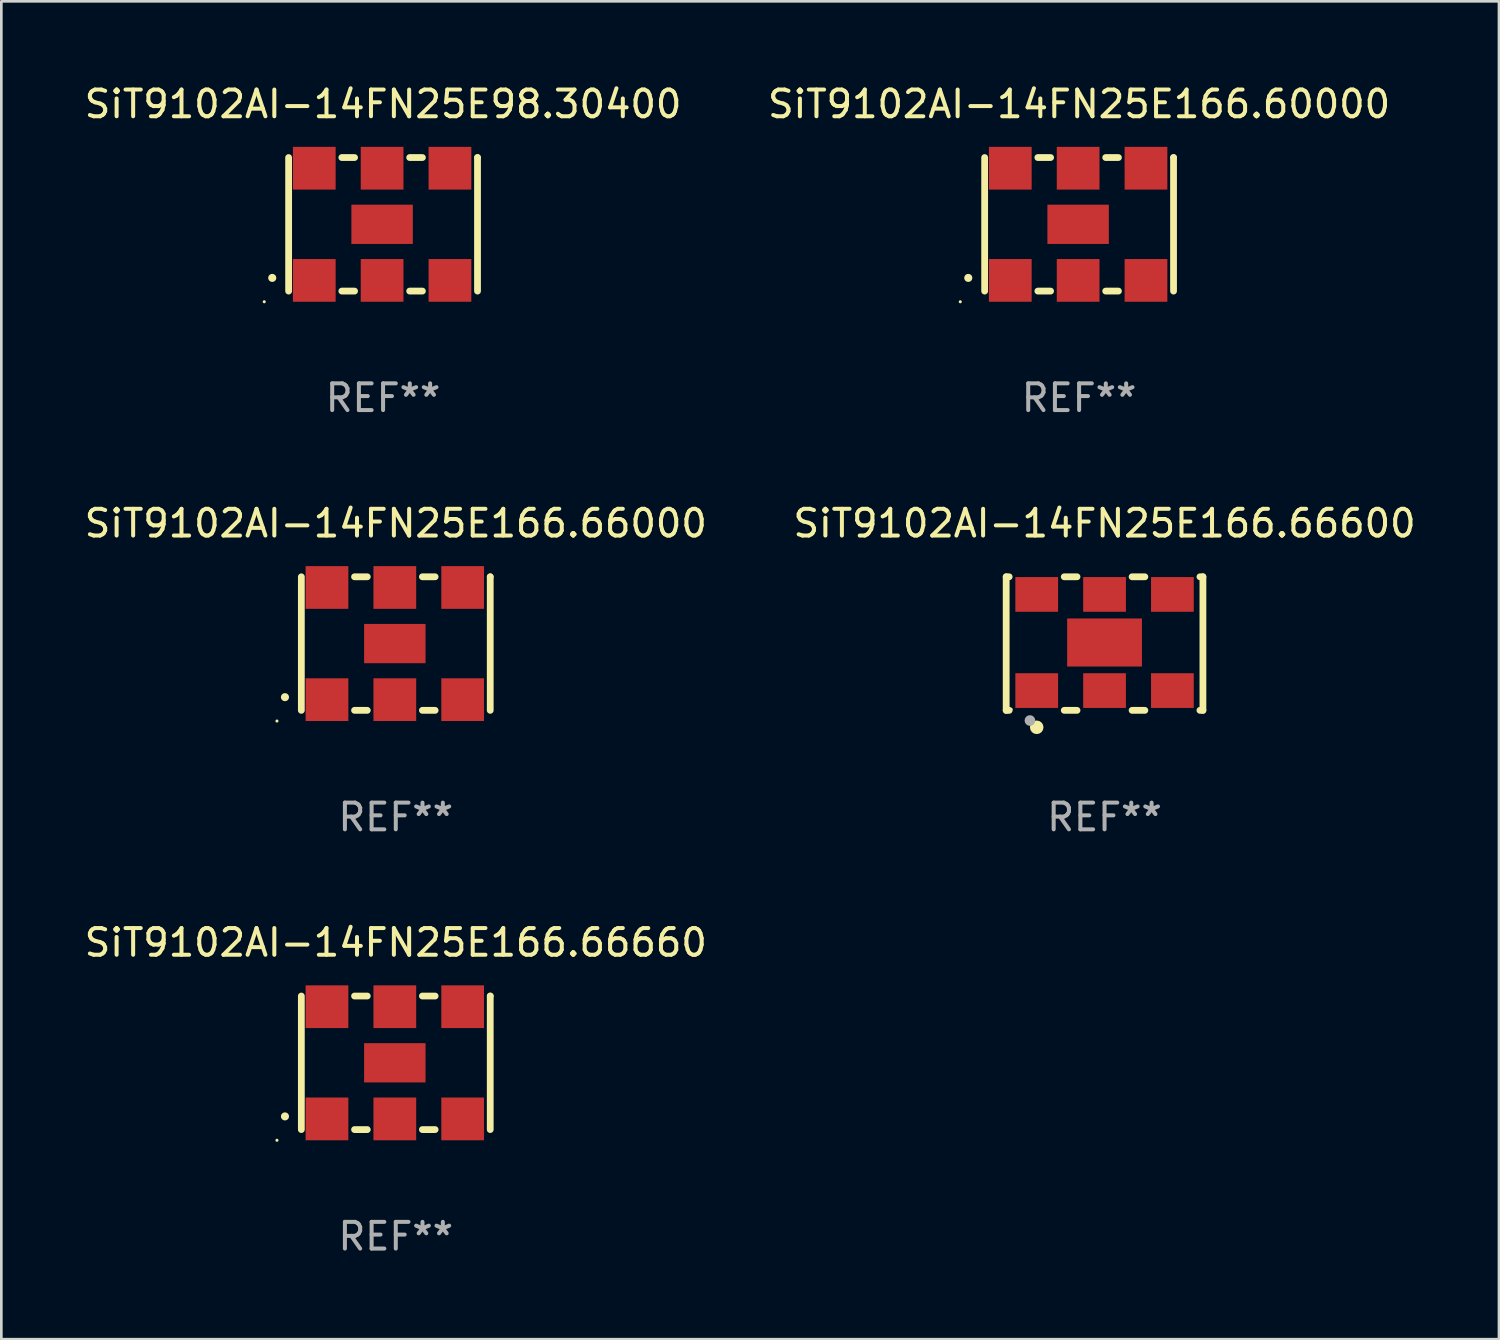
<source format=kicad_pcb>
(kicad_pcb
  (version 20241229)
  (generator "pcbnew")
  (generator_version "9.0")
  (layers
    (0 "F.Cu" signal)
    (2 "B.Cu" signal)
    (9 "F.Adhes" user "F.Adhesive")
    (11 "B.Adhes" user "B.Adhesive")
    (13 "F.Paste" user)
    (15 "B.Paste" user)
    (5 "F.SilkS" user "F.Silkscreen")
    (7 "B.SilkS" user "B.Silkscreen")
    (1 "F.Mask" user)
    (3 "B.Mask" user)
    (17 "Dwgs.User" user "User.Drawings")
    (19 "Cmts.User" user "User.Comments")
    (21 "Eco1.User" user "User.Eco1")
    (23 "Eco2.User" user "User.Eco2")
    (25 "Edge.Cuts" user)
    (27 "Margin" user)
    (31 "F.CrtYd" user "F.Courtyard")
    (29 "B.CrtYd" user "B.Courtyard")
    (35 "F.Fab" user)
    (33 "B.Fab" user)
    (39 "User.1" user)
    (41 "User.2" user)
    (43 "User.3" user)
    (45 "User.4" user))
  (footprint "SiT9102AI-14FN25E166.66660"
    (layer "F.Cu")
    (at 11.768 36.741)
    (property "Reference" "SiT9102AI-14FN25E166.66660" (at 0 -4.5 0) (layer "F.SilkS") (effects (font (size 1 1) (thickness 0.15))))
    (attr through_hole)
    (fp_line (start -3.536 -2.5) (end -3.536 2.5) (stroke (width 0.254) (type solid)) (layer "F.SilkS"))
    (fp_line (start -1.544 2.5) (end -1.067 2.5) (stroke (width 0.254) (type solid)) (layer "F.SilkS"))
    (fp_line (start -1.067 -2.5) (end -1.544 -2.5) (stroke (width 0.254) (type solid)) (layer "F.SilkS"))
    (fp_line (start 0.996 2.5) (end 1.473 2.5) (stroke (width 0.254) (type solid)) (layer "F.SilkS"))
    (fp_line (start 1.473 -2.5) (end 0.996 -2.5) (stroke (width 0.254) (type solid)) (layer "F.SilkS"))
    (fp_line (start 3.536 -2.5) (end 3.536 -2.5) (stroke (width 0.254) (type solid)) (layer "F.SilkS"))
    (fp_line (start 3.536 2.5) (end 3.536 -2.5) (stroke (width 0.254) (type solid)) (layer "F.SilkS"))
    (fp_arc (start -4.150432 2.006604) (mid -4.149162 2.006599) (end -4.147892 2.006604) (stroke (width 0.3) (type solid)) (layer "F.SilkS"))
    (fp_circle (center -4.449 2.9) (end -4.419 2.9) (stroke (width 0.06) (type solid)) (fill no) (layer "F.SilkS"))
    (fp_text user "REF**" (at 0 6.5 0) (layer "F.Fab") (effects (font (size 1 1) (thickness 0.15))))
    (pad "1" smd rect (at -2.576 2.1) (size 1.6 1.6) (layers "F.Cu" "F.Mask" "F.Paste"))
    (pad "2" smd rect (at -0.036 2.1) (size 1.6 1.6) (layers "F.Cu" "F.Mask" "F.Paste"))
    (pad "3" smd rect (at 2.504 2.1) (size 1.6 1.6) (layers "F.Cu" "F.Mask" "F.Paste"))
    (pad "4" smd rect (at 2.504 -2.1) (size 1.6 1.6) (layers "F.Cu" "F.Mask" "F.Paste"))
    (pad "5" smd rect (at -0.036 -2.1) (size 1.6 1.6) (layers "F.Cu" "F.Mask" "F.Paste"))
    (pad "6" smd rect (at -2.576 -2.1) (size 1.6 1.6) (layers "F.Cu" "F.Mask" "F.Paste"))
    (pad "7" smd rect (at -0.036 0) (size 2.3 1.47) (layers "F.Cu" "F.Mask" "F.Paste")))
  (footprint "SiT9102AI-14FN25E166.66000"
    (layer "F.Cu")
    (at 11.768 21.045)
    (property "Reference" "SiT9102AI-14FN25E166.66000" (at 0 -4.5 0) (layer "F.SilkS") (effects (font (size 1 1) (thickness 0.15))))
    (attr through_hole)
    (fp_line (start -3.536 -2.5) (end -3.536 2.5) (stroke (width 0.254) (type solid)) (layer "F.SilkS"))
    (fp_line (start -1.544 2.5) (end -1.067 2.5) (stroke (width 0.254) (type solid)) (layer "F.SilkS"))
    (fp_line (start -1.067 -2.5) (end -1.544 -2.5) (stroke (width 0.254) (type solid)) (layer "F.SilkS"))
    (fp_line (start 0.996 2.5) (end 1.473 2.5) (stroke (width 0.254) (type solid)) (layer "F.SilkS"))
    (fp_line (start 1.473 -2.5) (end 0.996 -2.5) (stroke (width 0.254) (type solid)) (layer "F.SilkS"))
    (fp_line (start 3.536 -2.5) (end 3.536 -2.5) (stroke (width 0.254) (type solid)) (layer "F.SilkS"))
    (fp_line (start 3.536 2.5) (end 3.536 -2.5) (stroke (width 0.254) (type solid)) (layer "F.SilkS"))
    (fp_arc (start -4.150432 2.006604) (mid -4.149162 2.006599) (end -4.147892 2.006604) (stroke (width 0.3) (type solid)) (layer "F.SilkS"))
    (fp_circle (center -4.449 2.9) (end -4.419 2.9) (stroke (width 0.06) (type solid)) (fill no) (layer "F.SilkS"))
    (fp_text user "REF**" (at 0 6.5 0) (layer "F.Fab") (effects (font (size 1 1) (thickness 0.15))))
    (pad "1" smd rect (at -2.576 2.1) (size 1.6 1.6) (layers "F.Cu" "F.Mask" "F.Paste"))
    (pad "2" smd rect (at -0.036 2.1) (size 1.6 1.6) (layers "F.Cu" "F.Mask" "F.Paste"))
    (pad "3" smd rect (at 2.504 2.1) (size 1.6 1.6) (layers "F.Cu" "F.Mask" "F.Paste"))
    (pad "4" smd rect (at 2.504 -2.1) (size 1.6 1.6) (layers "F.Cu" "F.Mask" "F.Paste"))
    (pad "5" smd rect (at -0.036 -2.1) (size 1.6 1.6) (layers "F.Cu" "F.Mask" "F.Paste"))
    (pad "6" smd rect (at -2.576 -2.1) (size 1.6 1.6) (layers "F.Cu" "F.Mask" "F.Paste"))
    (pad "7" smd rect (at -0.036 0) (size 2.3 1.47) (layers "F.Cu" "F.Mask" "F.Paste")))
  (footprint "SiT9102AI-14FN25E166.60000"
    (layer "F.Cu")
    (at 37.351 5.348)
    (property "Reference" "SiT9102AI-14FN25E166.60000" (at 0 -4.5 0) (layer "F.SilkS") (effects (font (size 1 1) (thickness 0.15))))
    (attr through_hole)
    (fp_line (start -3.536 -2.5) (end -3.536 2.5) (stroke (width 0.254) (type solid)) (layer "F.SilkS"))
    (fp_line (start -1.544 2.5) (end -1.067 2.5) (stroke (width 0.254) (type solid)) (layer "F.SilkS"))
    (fp_line (start -1.067 -2.5) (end -1.544 -2.5) (stroke (width 0.254) (type solid)) (layer "F.SilkS"))
    (fp_line (start 0.996 2.5) (end 1.473 2.5) (stroke (width 0.254) (type solid)) (layer "F.SilkS"))
    (fp_line (start 1.473 -2.5) (end 0.996 -2.5) (stroke (width 0.254) (type solid)) (layer "F.SilkS"))
    (fp_line (start 3.536 -2.5) (end 3.536 -2.5) (stroke (width 0.254) (type solid)) (layer "F.SilkS"))
    (fp_line (start 3.536 2.5) (end 3.536 -2.5) (stroke (width 0.254) (type solid)) (layer "F.SilkS"))
    (fp_arc (start -4.150432 2.006604) (mid -4.149162 2.006599) (end -4.147892 2.006604) (stroke (width 0.3) (type solid)) (layer "F.SilkS"))
    (fp_circle (center -4.449 2.9) (end -4.419 2.9) (stroke (width 0.06) (type solid)) (fill no) (layer "F.SilkS"))
    (fp_text user "REF**" (at 0 6.5 0) (layer "F.Fab") (effects (font (size 1 1) (thickness 0.15))))
    (pad "1" smd rect (at -2.576 2.1) (size 1.6 1.6) (layers "F.Cu" "F.Mask" "F.Paste"))
    (pad "2" smd rect (at -0.036 2.1) (size 1.6 1.6) (layers "F.Cu" "F.Mask" "F.Paste"))
    (pad "3" smd rect (at 2.504 2.1) (size 1.6 1.6) (layers "F.Cu" "F.Mask" "F.Paste"))
    (pad "4" smd rect (at 2.504 -2.1) (size 1.6 1.6) (layers "F.Cu" "F.Mask" "F.Paste"))
    (pad "5" smd rect (at -0.036 -2.1) (size 1.6 1.6) (layers "F.Cu" "F.Mask" "F.Paste"))
    (pad "6" smd rect (at -2.576 -2.1) (size 1.6 1.6) (layers "F.Cu" "F.Mask" "F.Paste"))
    (pad "7" smd rect (at -0.036 0) (size 2.3 1.47) (layers "F.Cu" "F.Mask" "F.Paste")))
  (footprint "SiT9102AI-14FN25E166.66600"
    (layer "F.Cu")
    (at 38.304 21.045)
    (property "Reference" "SiT9102AI-14FN25E166.66600" (at 0 -4.5 0) (layer "F.SilkS") (effects (font (size 1 1) (thickness 0.15))))
    (attr through_hole)
    (fp_line (start -3.683 -2.5) (end -3.571 -2.5) (stroke (width 0.254) (type solid)) (layer "F.SilkS"))
    (fp_line (start -3.683 2.5) (end -3.683 -2.5) (stroke (width 0.254) (type solid)) (layer "F.SilkS"))
    (fp_line (start -3.683 2.5) (end -3.571 2.5) (stroke (width 0.254) (type solid)) (layer "F.SilkS"))
    (fp_line (start -1.509 -2.5) (end -1.031 -2.5) (stroke (width 0.254) (type solid)) (layer "F.SilkS"))
    (fp_line (start -1.509 2.5) (end -1.031 2.5) (stroke (width 0.254) (type solid)) (layer "F.SilkS"))
    (fp_line (start 1.031 -2.5) (end 1.509 -2.5) (stroke (width 0.254) (type solid)) (layer "F.SilkS"))
    (fp_line (start 1.031 2.5) (end 1.509 2.5) (stroke (width 0.254) (type solid)) (layer "F.SilkS"))
    (fp_line (start 3.571 -2.5) (end 3.683 -2.5) (stroke (width 0.254) (type solid)) (layer "F.SilkS"))
    (fp_line (start 3.571 2.5) (end 3.683 2.5) (stroke (width 0.254) (type solid)) (layer "F.SilkS"))
    (fp_line (start 3.683 2.5) (end 3.683 -2.5) (stroke (width 0.254) (type solid)) (layer "F.SilkS"))
    (fp_circle (center -3.5 2.46) (end -3.47 2.46) (stroke (width 0.06) (type solid)) (fill no) (layer "F.SilkS"))
    (fp_circle (center -2.54 3.135) (end -2.413 3.135) (stroke (width 0.254) (type solid)) (fill no) (layer "F.SilkS"))
    (fp_circle (center -2.794 2.881) (end -2.694 2.881) (stroke (width 0.2) (type solid)) (fill no) (layer "F.Fab"))
    (fp_text user "REF**" (at 0 6.5 0) (layer "F.Fab") (effects (font (size 1 1) (thickness 0.15))))
    (pad "1" smd rect (at -2.54 1.76) (size 1.6 1.3) (layers "F.Cu" "F.Mask" "F.Paste"))
    (pad "2" smd rect (at 0 1.76) (size 1.6 1.3) (layers "F.Cu" "F.Mask" "F.Paste"))
    (pad "3" smd rect (at 2.54 1.76) (size 1.6 1.3) (layers "F.Cu" "F.Mask" "F.Paste"))
    (pad "4" smd rect (at 2.54 -1.84) (size 1.6 1.3) (layers "F.Cu" "F.Mask" "F.Paste"))
    (pad "5" smd rect (at 0 -1.84) (size 1.6 1.3) (layers "F.Cu" "F.Mask" "F.Paste"))
    (pad "6" smd rect (at -2.54 -1.84) (size 1.6 1.3) (layers "F.Cu" "F.Mask" "F.Paste"))
    (pad "7" smd rect (at 0 -0.04) (size 2.8 1.8) (layers "F.Cu" "F.Mask" "F.Paste")))
  (footprint "SiT9102AI-14FN25E98.30400"
    (layer "F.Cu")
    (at 11.292 5.348)
    (property "Reference" "SiT9102AI-14FN25E98.30400" (at 0 -4.5 0) (layer "F.SilkS") (effects (font (size 1 1) (thickness 0.15))))
    (attr through_hole)
    (fp_line (start -3.536 -2.5) (end -3.536 2.5) (stroke (width 0.254) (type solid)) (layer "F.SilkS"))
    (fp_line (start -1.544 2.5) (end -1.067 2.5) (stroke (width 0.254) (type solid)) (layer "F.SilkS"))
    (fp_line (start -1.067 -2.5) (end -1.544 -2.5) (stroke (width 0.254) (type solid)) (layer "F.SilkS"))
    (fp_line (start 0.996 2.5) (end 1.473 2.5) (stroke (width 0.254) (type solid)) (layer "F.SilkS"))
    (fp_line (start 1.473 -2.5) (end 0.996 -2.5) (stroke (width 0.254) (type solid)) (layer "F.SilkS"))
    (fp_line (start 3.536 -2.5) (end 3.536 -2.5) (stroke (width 0.254) (type solid)) (layer "F.SilkS"))
    (fp_line (start 3.536 2.5) (end 3.536 -2.5) (stroke (width 0.254) (type solid)) (layer "F.SilkS"))
    (fp_arc (start -4.150432 2.006604) (mid -4.149162 2.006599) (end -4.147892 2.006604) (stroke (width 0.3) (type solid)) (layer "F.SilkS"))
    (fp_circle (center -4.449 2.9) (end -4.419 2.9) (stroke (width 0.06) (type solid)) (fill no) (layer "F.SilkS"))
    (fp_text user "REF**" (at 0 6.5 0) (layer "F.Fab") (effects (font (size 1 1) (thickness 0.15))))
    (pad "1" smd rect (at -2.576 2.1) (size 1.6 1.6) (layers "F.Cu" "F.Mask" "F.Paste"))
    (pad "2" smd rect (at -0.036 2.1) (size 1.6 1.6) (layers "F.Cu" "F.Mask" "F.Paste"))
    (pad "3" smd rect (at 2.504 2.1) (size 1.6 1.6) (layers "F.Cu" "F.Mask" "F.Paste"))
    (pad "4" smd rect (at 2.504 -2.1) (size 1.6 1.6) (layers "F.Cu" "F.Mask" "F.Paste"))
    (pad "5" smd rect (at -0.036 -2.1) (size 1.6 1.6) (layers "F.Cu" "F.Mask" "F.Paste"))
    (pad "6" smd rect (at -2.576 -2.1) (size 1.6 1.6) (layers "F.Cu" "F.Mask" "F.Paste"))
    (pad "7" smd rect (at -0.036 0) (size 2.3 1.47) (layers "F.Cu" "F.Mask" "F.Paste")))
  (gr_rect
    (start -3 -3)
    (end 53.071 47.09)
    (stroke (width 0.1) (type default))
    (fill no)
    (layer "Edge.Cuts")))
</source>
